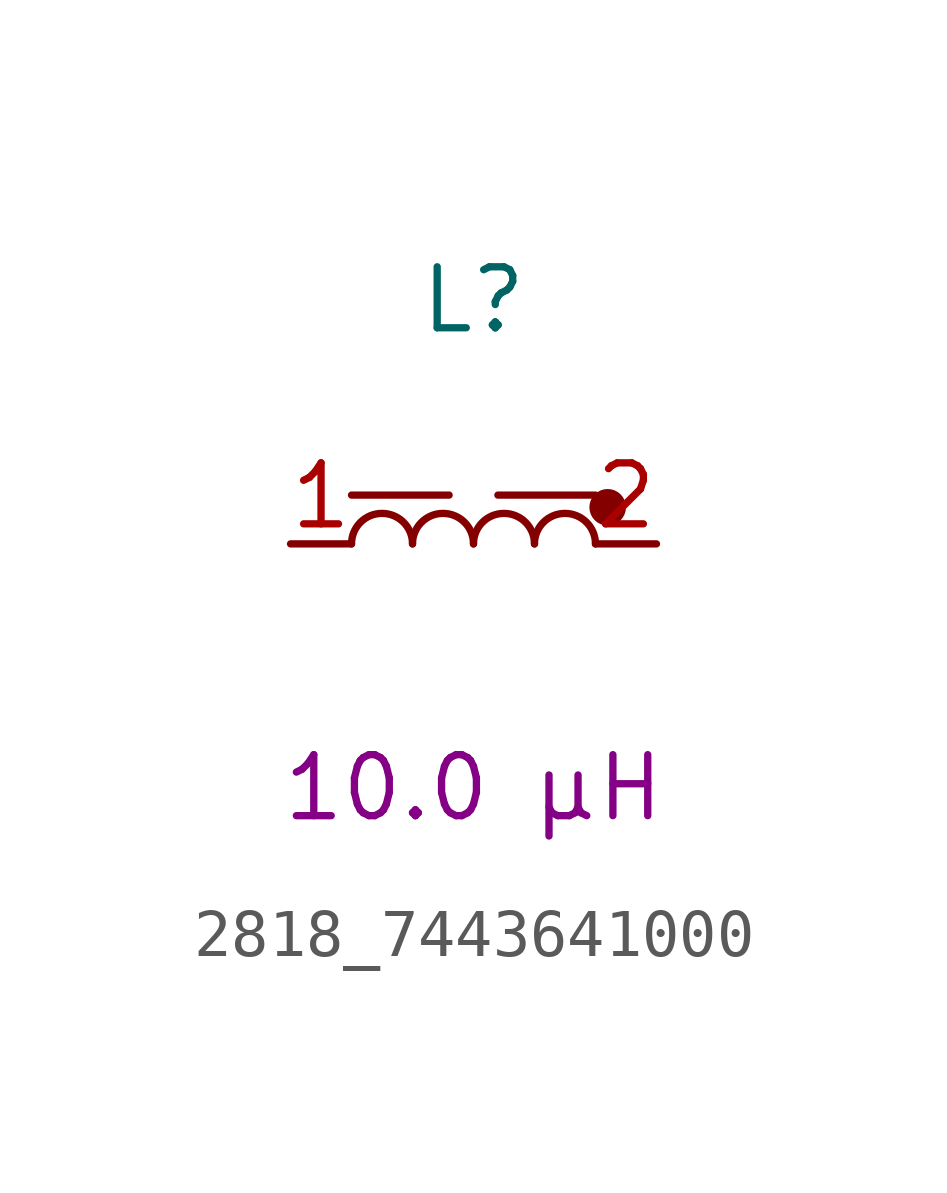
<source format=kicad_sym>
(kicad_symbol_lib
  (version 20220914)
  (generator kicad_symbol_editor)
  (symbol "2818_7443641000"
    (pin_names hide)
    (property "Reference" "L"
      (at 0 5.08 0)
      (effects (font (size 1.27 1.27))))
    (property "Critical Parameter" "10.0 µH"
      (at 0 -5.08 0)
      (effects (font (size 1.27 1.27))))
    (symbol "2818_7443641000_0_1"
      (arc (start -1.27 0) (mid -1.905 0.6323) (end -2.54 0) (stroke (width 0) (type default)) (fill (type none)))
      (arc (start 0 0) (mid -0.635 0.6323) (end -1.27 0) (stroke (width 0) (type default)) (fill (type none)))
      (polyline (pts (xy -2.54 1.016) (xy -0.508 1.016)) (stroke (width 0) (type default)) (fill (type none)))
      (arc (start 1.27 0) (mid 0.635 0.6323) (end 0 0) (stroke (width 0) (type default)) (fill (type none)))
      (arc (start 2.54 0) (mid 1.905 0.6323) (end 1.27 0) (stroke (width 0) (type default)) (fill (type none))))
    (symbol "2818_7443641000_1_1"
      (polyline (pts (xy 2.54 1.016) (xy 0.508 1.016)) (stroke (width 0) (type default)) (fill (type none)))
      (circle (center 2.794 0.762) (radius 0.0001) (stroke (width 0.381) (type default)) (fill (type none)))
      (pin passive line (at -3.81 0 0) (length 1.27) (name "1" (effects (font (size 1.27 1.27)))) (number "1" (effects (font (size 1.27 1.27)))))
      (pin passive line (at 3.81 0 180) (length 1.27) (name "2" (effects (font (size 1.27 1.27)))) (number "2" (effects (font (size 1.27 1.27))))))))
</source>
